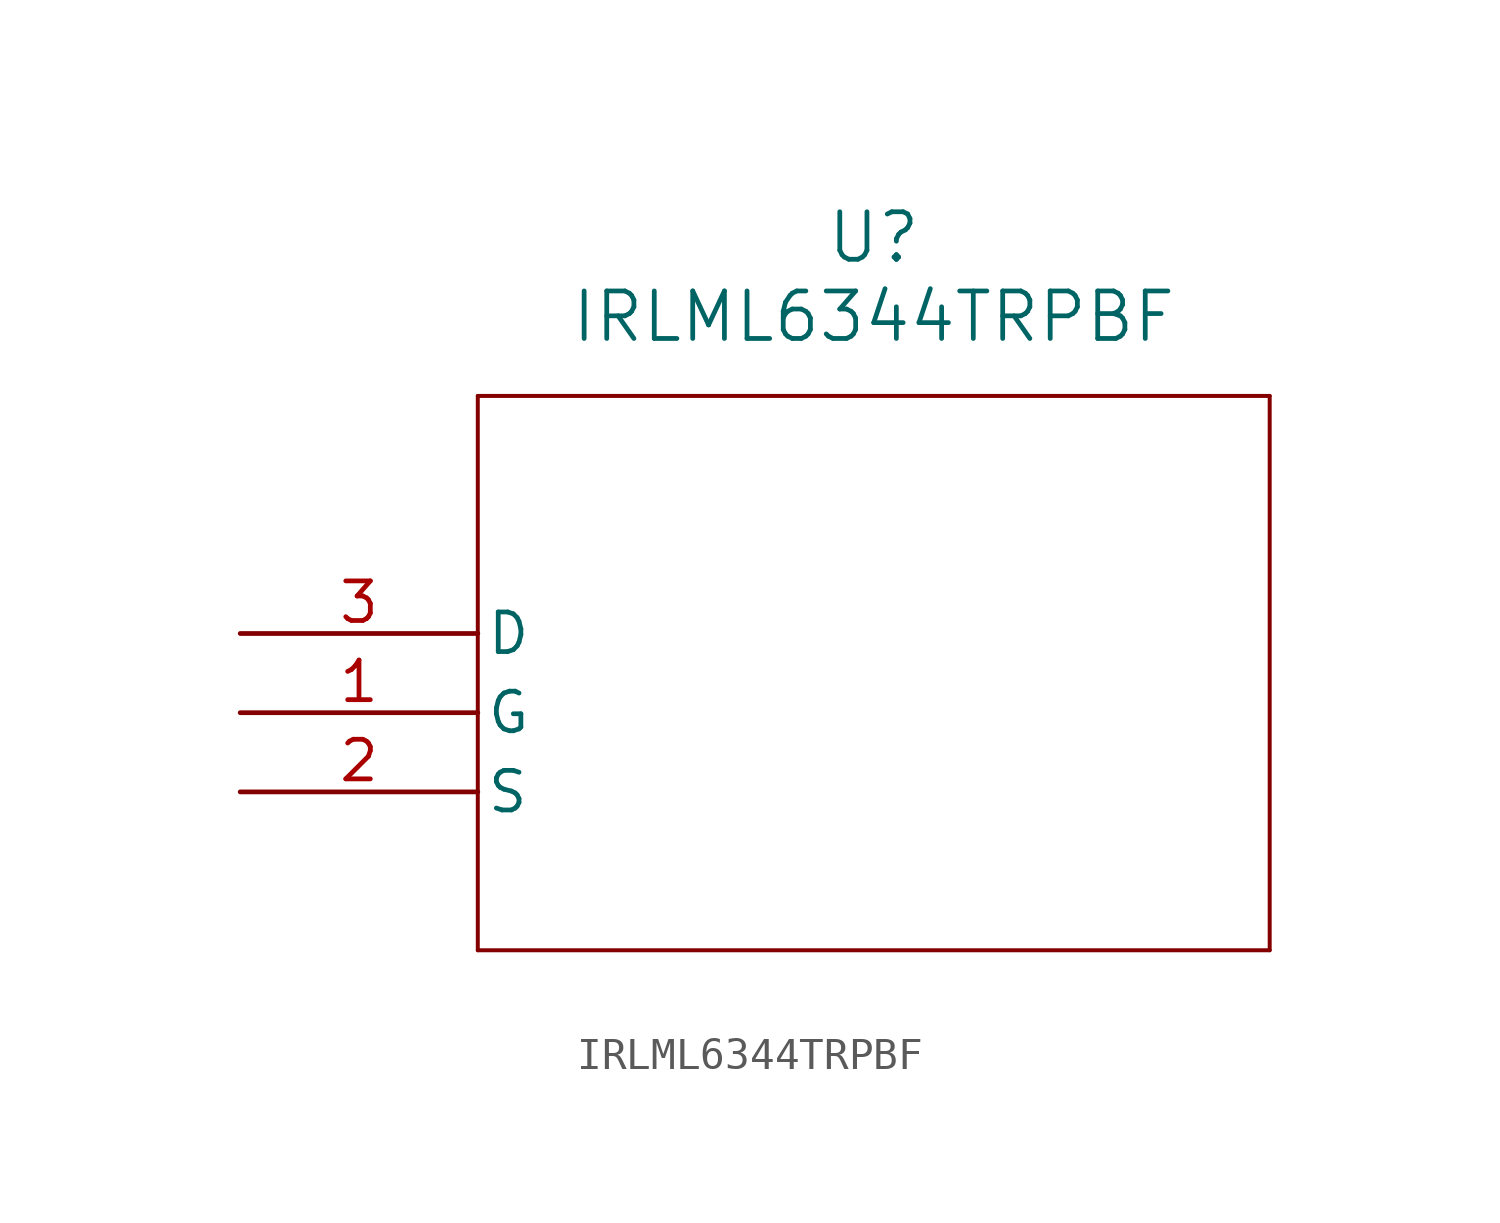
<source format=kicad_sym>
(kicad_symbol_lib
  (version 20211014)
  (generator kicad_symbol_editor)
  (symbol "IRLML6344TRPBF"
    (pin_names
      (offset 0.254))
    (property "Reference" "U"
      (at 20.32 12.7 0)
      (effects (font (size 1.524 1.524))))
    (property "Value" "IRLML6344TRPBF"
      (at 20.32 10.16 0)
      (effects (font (size 1.524 1.524))))
    (symbol "IRLML6344TRPBF_0_1"
      (polyline (pts (xy 7.62 7.62) (xy 7.62 -10.16)) (stroke (width 0.127) (type default) (color 0 0 0 0)) (fill (type none)))
      (polyline (pts (xy 7.62 -10.16) (xy 33.02 -10.16)) (stroke (width 0.127) (type default) (color 0 0 0 0)) (fill (type none)))
      (polyline (pts (xy 33.02 -10.16) (xy 33.02 7.62)) (stroke (width 0.127) (type default) (color 0 0 0 0)) (fill (type none)))
      (polyline (pts (xy 33.02 7.62) (xy 7.62 7.62)) (stroke (width 0.127) (type default) (color 0 0 0 0)) (fill (type none)))
      (pin unspecified line (at 0 -2.54 0) (length 7.62) (name "G" (effects (font (size 1.27 1.27)))) (number "1" (effects (font (size 1.27 1.27)))))
      (pin unspecified line (at 0 -5.08 0) (length 7.62) (name "S" (effects (font (size 1.27 1.27)))) (number "2" (effects (font (size 1.27 1.27)))))
      (pin unspecified line (at 0 0 0) (length 7.62) (name "D" (effects (font (size 1.27 1.27)))) (number "3" (effects (font (size 1.27 1.27))))))))
</source>
